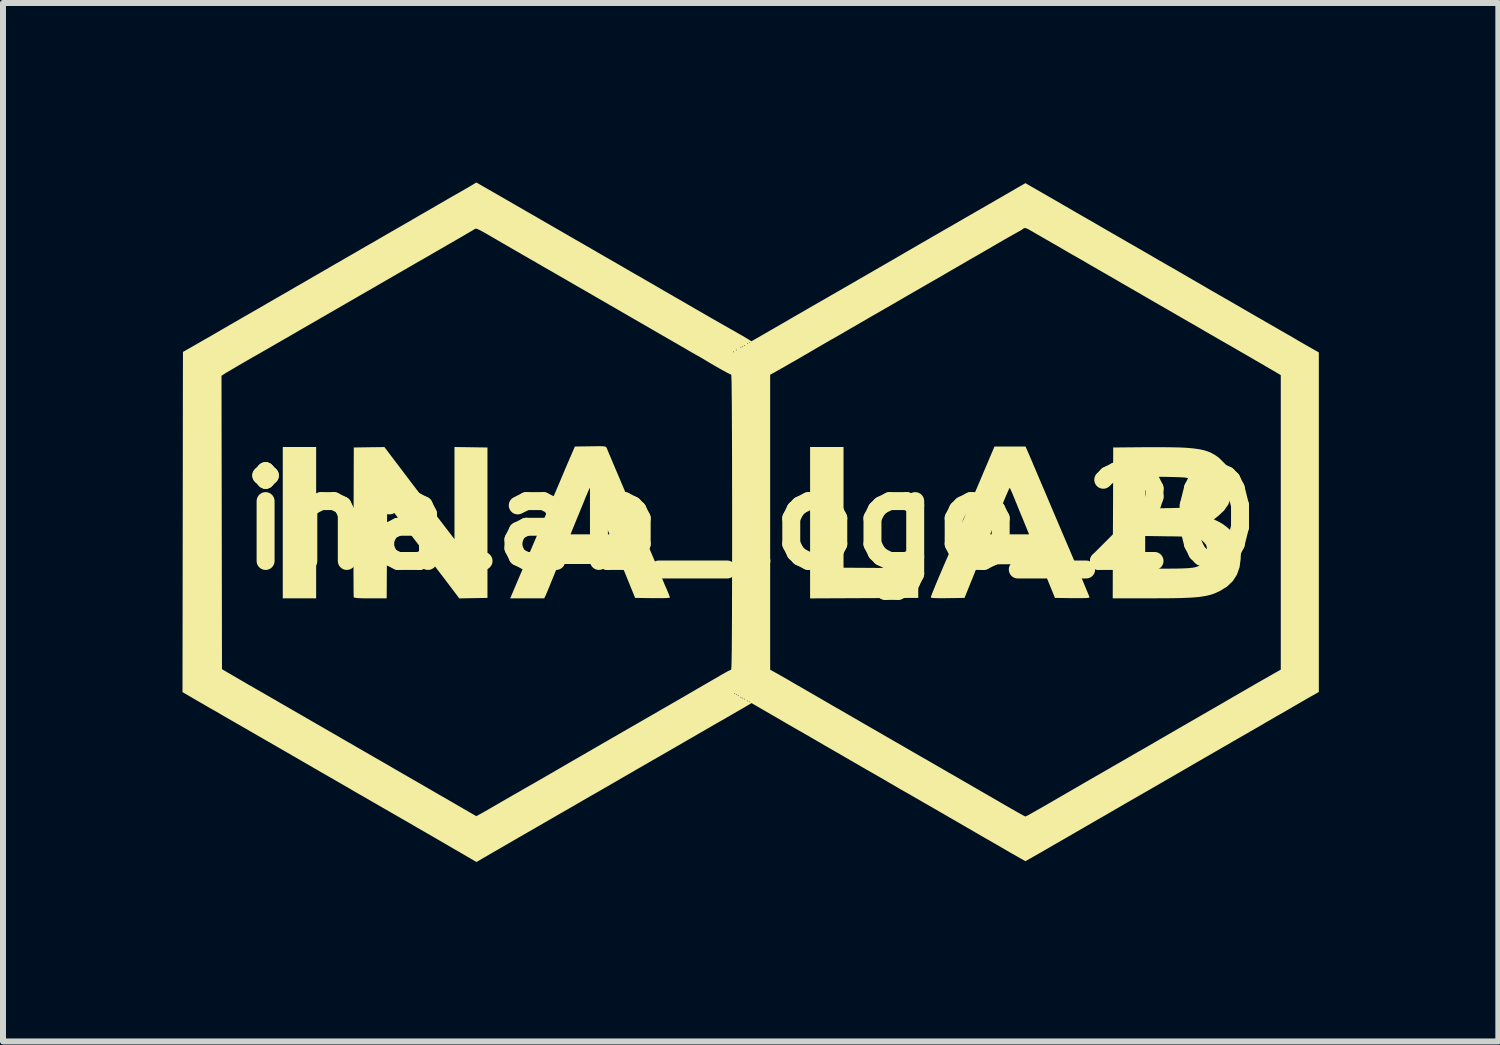
<source format=kicad_pcb>
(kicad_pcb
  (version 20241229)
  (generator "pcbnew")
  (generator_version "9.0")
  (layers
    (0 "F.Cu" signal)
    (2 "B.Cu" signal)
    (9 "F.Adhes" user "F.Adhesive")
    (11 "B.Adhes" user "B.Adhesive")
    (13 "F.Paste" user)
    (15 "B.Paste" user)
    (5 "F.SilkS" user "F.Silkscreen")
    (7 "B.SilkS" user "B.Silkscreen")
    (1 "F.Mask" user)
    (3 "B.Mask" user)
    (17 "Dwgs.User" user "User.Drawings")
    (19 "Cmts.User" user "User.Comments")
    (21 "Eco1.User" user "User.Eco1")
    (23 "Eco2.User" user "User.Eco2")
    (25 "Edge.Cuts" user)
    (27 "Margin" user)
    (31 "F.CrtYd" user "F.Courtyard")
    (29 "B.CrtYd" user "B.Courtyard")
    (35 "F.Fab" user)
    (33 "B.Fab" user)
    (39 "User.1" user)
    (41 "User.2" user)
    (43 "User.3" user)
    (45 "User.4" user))
  (footprint "inalab_logo_20"
    (layer "F.Cu")
    (at 9.496 5.647)
    (property "Reference" "inalab_logo_20" (at 0 0 0) (layer "F.SilkS") (effects (font (size 1.5 1.5) (thickness 0.3))))
    (attr board_only exclude_from_pos_files exclude_from_bom)
    (fp_poly (pts (xy -7.262 0.039) (xy -7.262 1.303) (xy -7.541 1.303) (xy -7.82 1.303) (xy -7.82 0.039) (xy -7.82 -1.226) (xy -7.541 -1.226) (xy -7.262 -1.226)) (stroke (width 0) (type solid)) (fill yes) (layer "F.SilkS"))
    (fp_poly (pts (xy 1.552 -0.217) (xy 1.552 0.791) (xy 2.176 0.795) (xy 2.801 0.799) (xy 2.801 1.047) (xy 2.801 1.296) (xy 1.897 1.3) (xy 0.993 1.304) (xy 0.993 0.039) (xy 0.993 -1.226) (xy 1.272 -1.226) (xy 1.552 -1.226)) (stroke (width 0) (type solid)) (fill yes) (layer "F.SilkS"))
    (fp_poly (pts (xy -4.674 -1.222) (xy -4.399 -1.218) (xy -4.399 0.039) (xy -4.399 1.296) (xy -4.634 1.3) (xy -4.87 1.304) (xy -5.002 1.129) (xy -5.134 0.955) (xy -5.277 0.768) (xy -5.423 0.576) (xy -5.565 0.39) (xy -5.686 0.232) (xy -5.752 0.145) (xy -5.819 0.056) (xy -5.883 -0.028) (xy -5.938 -0.1) (xy -5.972 -0.144) (xy -6.075 -0.281) (xy -6.079 0.511) (xy -6.083 1.303) (xy -6.355 1.303) (xy -6.46 1.303) (xy -6.537 1.301) (xy -6.59 1.297) (xy -6.621 1.292) (xy -6.634 1.285) (xy -6.634 1.284) (xy -6.635 1.266) (xy -6.636 1.219) (xy -6.637 1.146) (xy -6.637 1.049) (xy -6.638 0.93) (xy -6.638 0.792) (xy -6.638 0.638) (xy -6.638 0.469) (xy -6.638 0.287) (xy -6.637 0.097) (xy -6.637 0.023) (xy -6.633 -1.218) (xy -6.377 -1.222) (xy -6.121 -1.225) (xy -5.656 -0.611) (xy -5.559 -0.484) (xy -5.464 -0.359) (xy -5.374 -0.24) (xy -5.29 -0.129) (xy -5.215 -0.031) (xy -5.151 0.052) (xy -5.102 0.117) (xy -5.07 0.158) (xy -4.95 0.314) (xy -4.95 -0.456) (xy -4.95 -1.226)) (stroke (width 0) (type solid)) (fill yes) (layer "F.SilkS"))
    (fp_poly (pts (xy 4.632 -1.148) (xy 4.647 -1.114) (xy 4.672 -1.055) (xy 4.706 -0.975) (xy 4.747 -0.879) (xy 4.793 -0.77) (xy 4.843 -0.653) (xy 4.88 -0.566) (xy 4.954 -0.392) (xy 5.017 -0.243) (xy 5.072 -0.114) (xy 5.12 -0.002) (xy 5.162 0.098) (xy 5.201 0.189) (xy 5.238 0.275) (xy 5.274 0.36) (xy 5.312 0.449) (xy 5.353 0.545) (xy 5.399 0.653) (xy 5.451 0.775) (xy 5.453 0.78) (xy 5.502 0.896) (xy 5.548 1.003) (xy 5.587 1.098) (xy 5.62 1.178) (xy 5.645 1.238) (xy 5.66 1.276) (xy 5.663 1.288) (xy 5.648 1.294) (xy 5.603 1.298) (xy 5.53 1.3) (xy 5.429 1.3) (xy 5.375 1.3) (xy 5.086 1.296) (xy 4.994 1.071) (xy 4.96 0.988) (xy 4.928 0.911) (xy 4.902 0.846) (xy 4.882 0.8) (xy 4.877 0.787) (xy 4.852 0.729) (xy 4.324 0.733) (xy 3.797 0.737) (xy 3.777 0.791) (xy 3.764 0.825) (xy 3.742 0.88) (xy 3.714 0.951) (xy 3.681 1.031) (xy 3.665 1.071) (xy 3.574 1.296) (xy 3.292 1.3) (xy 3.186 1.301) (xy 3.108 1.3) (xy 3.055 1.298) (xy 3.023 1.294) (xy 3.011 1.287) (xy 3.01 1.285) (xy 3.016 1.267) (xy 3.032 1.224) (xy 3.057 1.162) (xy 3.088 1.085) (xy 3.124 0.999) (xy 3.163 0.907) (xy 3.203 0.813) (xy 3.241 0.724) (xy 3.277 0.643) (xy 3.3 0.59) (xy 3.326 0.532) (xy 3.349 0.477) (xy 3.36 0.45) (xy 3.367 0.432) (xy 3.375 0.41) (xy 3.386 0.383) (xy 3.401 0.347) (xy 3.422 0.298) (xy 3.45 0.234) (xy 3.45 0.233) (xy 4.004 0.233) (xy 4.328 0.233) (xy 4.653 0.233) (xy 4.553 -0.012) (xy 4.514 -0.106) (xy 4.474 -0.204) (xy 4.437 -0.295) (xy 4.406 -0.371) (xy 4.394 -0.4) (xy 4.369 -0.46) (xy 4.348 -0.508) (xy 4.333 -0.537) (xy 4.328 -0.543) (xy 4.32 -0.529) (xy 4.301 -0.487) (xy 4.271 -0.418) (xy 4.231 -0.323) (xy 4.181 -0.204) (xy 4.123 -0.061) (xy 4.055 0.105) (xy 4.033 0.159) (xy 4.004 0.233) (xy 3.45 0.233) (xy 3.486 0.15) (xy 3.531 0.044) (xy 3.58 -0.07) (xy 3.617 -0.156) (xy 3.662 -0.261) (xy 3.711 -0.376) (xy 3.76 -0.492) (xy 3.802 -0.59) (xy 3.846 -0.694) (xy 3.891 -0.801) (xy 3.935 -0.904) (xy 3.973 -0.994) (xy 4.002 -1.063) (xy 4.002 -1.063) (xy 4.075 -1.234) (xy 4.335 -1.234) (xy 4.594 -1.234)) (stroke (width 0) (type solid)) (fill yes) (layer "F.SilkS"))
    (fp_poly (pts (xy 6.997 -1.222) (xy 7.152 -1.219) (xy 7.283 -1.213) (xy 7.396 -1.203) (xy 7.491 -1.19) (xy 7.572 -1.173) (xy 7.643 -1.151) (xy 7.704 -1.124) (xy 7.761 -1.092) (xy 7.815 -1.054) (xy 7.832 -1.04) (xy 7.928 -0.945) (xy 7.996 -0.837) (xy 8.037 -0.714) (xy 8.051 -0.576) (xy 8.049 -0.51) (xy 8.028 -0.38) (xy 7.983 -0.266) (xy 7.913 -0.166) (xy 7.818 -0.077) (xy 7.741 -0.016) (xy 7.83 0.026) (xy 7.889 0.061) (xy 7.957 0.111) (xy 8.022 0.169) (xy 8.023 0.17) (xy 8.075 0.222) (xy 8.11 0.263) (xy 8.133 0.303) (xy 8.152 0.352) (xy 8.162 0.385) (xy 8.18 0.454) (xy 8.189 0.518) (xy 8.191 0.59) (xy 8.19 0.641) (xy 8.171 0.783) (xy 8.127 0.908) (xy 8.058 1.015) (xy 7.963 1.106) (xy 7.841 1.181) (xy 7.758 1.219) (xy 7.705 1.238) (xy 7.648 1.254) (xy 7.584 1.267) (xy 7.511 1.278) (xy 7.425 1.287) (xy 7.323 1.293) (xy 7.202 1.298) (xy 7.06 1.301) (xy 6.893 1.302) (xy 6.697 1.303) (xy 6.691 1.303) (xy 6.051 1.303) (xy 6.054 0.261) (xy 6.594 0.261) (xy 6.594 0.534) (xy 6.594 0.807) (xy 6.963 0.807) (xy 7.108 0.806) (xy 7.224 0.803) (xy 7.315 0.799) (xy 7.382 0.792) (xy 7.423 0.785) (xy 7.495 0.761) (xy 7.55 0.726) (xy 7.57 0.707) (xy 7.599 0.677) (xy 7.616 0.651) (xy 7.624 0.619) (xy 7.626 0.571) (xy 7.626 0.536) (xy 7.625 0.475) (xy 7.62 0.435) (xy 7.609 0.407) (xy 7.587 0.38) (xy 7.58 0.371) (xy 7.552 0.344) (xy 7.526 0.322) (xy 7.496 0.305) (xy 7.458 0.292) (xy 7.41 0.283) (xy 7.347 0.276) (xy 7.265 0.272) (xy 7.161 0.269) (xy 7.03 0.267) (xy 7.009 0.267) (xy 6.594 0.261) (xy 6.054 0.261) (xy 6.055 0.043) (xy 6.058 -0.732) (xy 6.594 -0.732) (xy 6.594 -0.465) (xy 6.594 -0.199) (xy 6.932 -0.204) (xy 7.043 -0.206) (xy 7.127 -0.208) (xy 7.191 -0.211) (xy 7.238 -0.215) (xy 7.273 -0.22) (xy 7.302 -0.228) (xy 7.329 -0.239) (xy 7.357 -0.252) (xy 7.427 -0.296) (xy 7.47 -0.35) (xy 7.491 -0.419) (xy 7.494 -0.476) (xy 7.482 -0.56) (xy 7.444 -0.626) (xy 7.38 -0.676) (xy 7.358 -0.688) (xy 7.332 -0.699) (xy 7.304 -0.707) (xy 7.27 -0.714) (xy 7.226 -0.718) (xy 7.167 -0.721) (xy 7.087 -0.724) (xy 6.983 -0.726) (xy 6.94 -0.727) (xy 6.594 -0.732) (xy 6.058 -0.732) (xy 6.059 -1.218) (xy 6.61 -1.223) (xy 6.818 -1.223)) (stroke (width 0) (type solid)) (fill yes) (layer "F.SilkS"))
    (fp_poly (pts (xy -2.468 -1.238) (xy -2.439 -1.235) (xy -2.421 -1.229) (xy -2.412 -1.22) (xy -2.406 -1.207) (xy -2.405 -1.207) (xy -2.394 -1.18) (xy -2.374 -1.131) (xy -2.346 -1.066) (xy -2.314 -0.99) (xy -2.299 -0.954) (xy -2.266 -0.876) (xy -2.224 -0.777) (xy -2.176 -0.664) (xy -2.125 -0.544) (xy -2.075 -0.425) (xy -2.049 -0.365) (xy -2.005 -0.259) (xy -1.962 -0.158) (xy -1.923 -0.067) (xy -1.89 0.009) (xy -1.866 0.066) (xy -1.854 0.093) (xy -1.839 0.128) (xy -1.813 0.187) (xy -1.779 0.267) (xy -1.738 0.363) (xy -1.692 0.471) (xy -1.643 0.587) (xy -1.612 0.659) (xy -1.563 0.777) (xy -1.515 0.889) (xy -1.472 0.99) (xy -1.436 1.077) (xy -1.406 1.145) (xy -1.386 1.192) (xy -1.379 1.208) (xy -1.362 1.251) (xy -1.351 1.282) (xy -1.35 1.29) (xy -1.365 1.294) (xy -1.406 1.298) (xy -1.47 1.3) (xy -1.551 1.3) (xy -1.64 1.3) (xy -1.931 1.296) (xy -2.029 1.055) (xy -2.063 0.972) (xy -2.094 0.895) (xy -2.12 0.832) (xy -2.137 0.788) (xy -2.144 0.772) (xy -2.16 0.729) (xy -2.683 0.729) (xy -3.207 0.729) (xy -3.227 0.772) (xy -3.24 0.802) (xy -3.262 0.854) (xy -3.289 0.921) (xy -3.32 0.997) (xy -3.328 1.016) (xy -3.359 1.093) (xy -3.388 1.164) (xy -3.412 1.22) (xy -3.427 1.256) (xy -3.43 1.261) (xy -3.45 1.303) (xy -3.734 1.303) (xy -4.019 1.303) (xy -3.998 1.253) (xy -3.984 1.221) (xy -3.961 1.167) (xy -3.932 1.098) (xy -3.898 1.018) (xy -3.881 0.978) (xy -3.845 0.894) (xy -3.811 0.815) (xy -3.783 0.747) (xy -3.762 0.697) (xy -3.755 0.683) (xy -3.734 0.632) (xy -3.706 0.567) (xy -3.679 0.504) (xy -3.662 0.465) (xy -3.635 0.401) (xy -3.598 0.315) (xy -3.563 0.233) (xy -3.01 0.233) (xy -2.685 0.233) (xy -2.36 0.233) (xy -2.445 0.027) (xy -2.485 -0.068) (xy -2.528 -0.175) (xy -2.57 -0.278) (xy -2.603 -0.361) (xy -2.632 -0.429) (xy -2.656 -0.486) (xy -2.675 -0.526) (xy -2.685 -0.543) (xy -2.686 -0.543) (xy -2.695 -0.53) (xy -2.712 -0.493) (xy -2.736 -0.439) (xy -2.759 -0.384) (xy -2.794 -0.296) (xy -2.835 -0.197) (xy -2.873 -0.103) (xy -2.887 -0.07) (xy -2.917 0.003) (xy -2.946 0.074) (xy -2.97 0.133) (xy -2.981 0.159) (xy -3.01 0.233) (xy -3.563 0.233) (xy -3.554 0.211) (xy -3.504 0.094) (xy -3.45 -0.034) (xy -3.392 -0.169) (xy -3.334 -0.307) (xy -3.275 -0.445) (xy -3.218 -0.578) (xy -3.165 -0.704) (xy -3.131 -0.784) (xy -3.095 -0.87) (xy -3.056 -0.961) (xy -3.02 -1.045) (xy -2.995 -1.102) (xy -2.938 -1.234) (xy -2.679 -1.238) (xy -2.584 -1.239) (xy -2.515 -1.24)) (stroke (width 0) (type solid)) (fill yes) (layer "F.SilkS"))
    (fp_poly (pts (xy -4.414 -5.549) (xy -4.349 -5.512) (xy -4.264 -5.463) (xy -4.165 -5.406) (xy -4.061 -5.346) (xy -3.957 -5.286) (xy -3.926 -5.268) (xy -3.82 -5.207) (xy -3.71 -5.143) (xy -3.601 -5.081) (xy -3.503 -5.024) (xy -3.422 -4.977) (xy -3.406 -4.968) (xy -3.319 -4.918) (xy -3.225 -4.864) (xy -3.137 -4.813) (xy -3.064 -4.771) (xy -3.057 -4.767) (xy -2.985 -4.725) (xy -2.897 -4.674) (xy -2.804 -4.621) (xy -2.717 -4.571) (xy -2.715 -4.57) (xy -2.629 -4.52) (xy -2.536 -4.466) (xy -2.448 -4.415) (xy -2.375 -4.373) (xy -2.374 -4.373) (xy -2.272 -4.314) (xy -2.17 -4.255) (xy -2.072 -4.198) (xy -1.984 -4.147) (xy -1.911 -4.105) (xy -1.859 -4.076) (xy -1.854 -4.073) (xy -1.814 -4.05) (xy -1.756 -4.016) (xy -1.689 -3.978) (xy -1.652 -3.956) (xy -1.591 -3.921) (xy -1.511 -3.874) (xy -1.419 -3.821) (xy -1.325 -3.767) (xy -1.265 -3.732) (xy -1.164 -3.674) (xy -1.047 -3.606) (xy -0.926 -3.536) (xy -0.811 -3.47) (xy -0.753 -3.436) (xy -0.652 -3.378) (xy -0.542 -3.315) (xy -0.433 -3.253) (xy -0.335 -3.197) (xy -0.279 -3.166) (xy -0.203 -3.122) (xy -0.134 -3.083) (xy -0.077 -3.049) (xy -0.039 -3.026) (xy -0.029 -3.02) (xy 0.013 -2.993) (xy 0.274 -3.143) (xy 0.374 -3.201) (xy 0.482 -3.263) (xy 0.589 -3.325) (xy 0.684 -3.38) (xy 0.737 -3.411) (xy 0.831 -3.465) (xy 0.937 -3.526) (xy 1.042 -3.587) (xy 1.133 -3.639) (xy 1.47 -3.833) (xy 1.791 -4.018) (xy 2.092 -4.192) (xy 2.371 -4.353) (xy 2.591 -4.481) (xy 2.709 -4.549) (xy 2.827 -4.618) (xy 2.942 -4.684) (xy 3.047 -4.745) (xy 3.138 -4.797) (xy 3.209 -4.838) (xy 3.227 -4.849) (xy 3.395 -4.945) (xy 3.573 -5.048) (xy 3.757 -5.154) (xy 3.938 -5.258) (xy 4.109 -5.357) (xy 4.263 -5.446) (xy 4.317 -5.477) (xy 4.592 -5.636) (xy 4.868 -5.477) (xy 4.967 -5.42) (xy 5.073 -5.359) (xy 5.175 -5.3) (xy 5.267 -5.247) (xy 5.33 -5.21) (xy 5.401 -5.169) (xy 5.491 -5.117) (xy 5.594 -5.058) (xy 5.702 -4.996) (xy 5.807 -4.935) (xy 5.831 -4.921) (xy 5.923 -4.868) (xy 6.007 -4.819) (xy 6.081 -4.777) (xy 6.139 -4.743) (xy 6.177 -4.722) (xy 6.188 -4.715) (xy 6.218 -4.698) (xy 6.267 -4.669) (xy 6.33 -4.633) (xy 6.393 -4.597) (xy 6.475 -4.55) (xy 6.565 -4.498) (xy 6.65 -4.449) (xy 6.695 -4.423) (xy 6.762 -4.384) (xy 6.825 -4.347) (xy 6.877 -4.318) (xy 6.897 -4.306) (xy 6.952 -4.274) (xy 7.031 -4.229) (xy 7.129 -4.173) (xy 7.242 -4.107) (xy 7.368 -4.034) (xy 7.503 -3.956) (xy 7.642 -3.875) (xy 7.688 -3.848) (xy 7.755 -3.81) (xy 7.818 -3.773) (xy 7.87 -3.744) (xy 7.89 -3.732) (xy 7.929 -3.71) (xy 7.987 -3.677) (xy 8.054 -3.638) (xy 8.107 -3.607) (xy 8.196 -3.556) (xy 8.304 -3.493) (xy 8.425 -3.423) (xy 8.552 -3.35) (xy 8.678 -3.278) (xy 8.759 -3.231) (xy 8.818 -3.197) (xy 8.876 -3.163) (xy 8.914 -3.142) (xy 8.955 -3.118) (xy 9.013 -3.085) (xy 9.079 -3.047) (xy 9.116 -3.025) (xy 9.192 -2.98) (xy 9.276 -2.932) (xy 9.352 -2.889) (xy 9.376 -2.875) (xy 9.496 -2.807) (xy 9.496 0.03) (xy 9.496 2.868) (xy 9.407 2.919) (xy 9.355 2.948) (xy 9.311 2.973) (xy 9.286 2.987) (xy 9.261 3.002) (xy 9.215 3.028) (xy 9.157 3.062) (xy 9.1 3.095) (xy 9.018 3.143) (xy 8.923 3.198) (xy 8.83 3.251) (xy 8.782 3.278) (xy 8.714 3.318) (xy 8.651 3.354) (xy 8.601 3.383) (xy 8.573 3.4) (xy 8.53 3.425) (xy 8.478 3.455) (xy 8.456 3.468) (xy 8.405 3.497) (xy 8.356 3.525) (xy 8.34 3.534) (xy 8.309 3.553) (xy 8.257 3.582) (xy 8.193 3.619) (xy 8.123 3.659) (xy 8.123 3.66) (xy 8.038 3.708) (xy 7.946 3.762) (xy 7.858 3.812) (xy 7.805 3.843) (xy 7.737 3.882) (xy 7.672 3.92) (xy 7.619 3.95) (xy 7.595 3.964) (xy 7.564 3.982) (xy 7.51 4.013) (xy 7.439 4.054) (xy 7.357 4.102) (xy 7.267 4.154) (xy 7.231 4.175) (xy 7.056 4.276) (xy 6.907 4.362) (xy 6.785 4.433) (xy 6.689 4.488) (xy 6.618 4.529) (xy 6.598 4.54) (xy 6.547 4.57) (xy 6.475 4.611) (xy 6.39 4.66) (xy 6.296 4.714) (xy 6.201 4.769) (xy 6.111 4.821) (xy 6.094 4.831) (xy 6.016 4.876) (xy 5.925 4.929) (xy 5.836 4.98) (xy 5.795 5.004) (xy 5.728 5.042) (xy 5.667 5.078) (xy 5.618 5.106) (xy 5.594 5.12) (xy 5.561 5.139) (xy 5.509 5.169) (xy 5.446 5.205) (xy 5.4 5.232) (xy 5.319 5.279) (xy 5.227 5.332) (xy 5.137 5.384) (xy 5.097 5.407) (xy 5.017 5.453) (xy 4.924 5.507) (xy 4.83 5.561) (xy 4.767 5.597) (xy 4.593 5.696) (xy 4.465 5.624) (xy 4.403 5.588) (xy 4.345 5.556) (xy 4.302 5.531) (xy 4.29 5.524) (xy 4.258 5.505) (xy 4.206 5.475) (xy 4.143 5.438) (xy 4.092 5.409) (xy 4.009 5.361) (xy 3.914 5.307) (xy 3.824 5.255) (xy 3.79 5.235) (xy 3.724 5.197) (xy 3.663 5.161) (xy 3.615 5.134) (xy 3.592 5.12) (xy 3.555 5.099) (xy 3.502 5.068) (xy 3.445 5.035) (xy 3.445 5.035) (xy 3.388 5.002) (xy 3.335 4.972) (xy 3.298 4.95) (xy 3.297 4.95) (xy 3.265 4.931) (xy 3.213 4.901) (xy 3.15 4.865) (xy 3.099 4.835) (xy 3.016 4.787) (xy 2.921 4.733) (xy 2.831 4.681) (xy 2.797 4.661) (xy 2.728 4.622) (xy 2.663 4.584) (xy 2.61 4.554) (xy 2.583 4.539) (xy 2.543 4.516) (xy 2.485 4.483) (xy 2.419 4.444) (xy 2.382 4.422) (xy 2.307 4.379) (xy 2.219 4.327) (xy 2.13 4.276) (xy 2.079 4.247) (xy 2.011 4.208) (xy 1.948 4.172) (xy 1.898 4.143) (xy 1.87 4.127) (xy 1.837 4.108) (xy 1.786 4.078) (xy 1.723 4.042) (xy 1.668 4.01) (xy 1.523 3.926) (xy 1.4 3.855) (xy 1.294 3.794) (xy 1.202 3.741) (xy 1.118 3.692) (xy 1.094 3.678) (xy 1.027 3.639) (xy 0.964 3.602) (xy 0.912 3.573) (xy 0.892 3.561) (xy 0.842 3.532) (xy 0.769 3.491) (xy 0.68 3.44) (xy 0.58 3.382) (xy 0.474 3.32) (xy 0.367 3.258) (xy 0.264 3.199) (xy 0.17 3.144) (xy 0.128 3.12) (xy 0.015 3.054) (xy -0.043 3.088) (xy -0.073 3.106) (xy -0.125 3.137) (xy -0.195 3.177) (xy -0.278 3.225) (xy -0.368 3.277) (xy -0.411 3.302) (xy -0.511 3.359) (xy -0.612 3.417) (xy -0.707 3.472) (xy -0.79 3.52) (xy -0.855 3.557) (xy -0.869 3.565) (xy -0.916 3.593) (xy -0.968 3.623) (xy -1.029 3.658) (xy -1.101 3.699) (xy -1.186 3.749) (xy -1.289 3.808) (xy -1.41 3.878) (xy -1.554 3.961) (xy -1.668 4.026) (xy -1.734 4.065) (xy -1.818 4.113) (xy -1.909 4.165) (xy -1.997 4.217) (xy -2.017 4.228) (xy -2.104 4.278) (xy -2.195 4.331) (xy -2.281 4.381) (xy -2.353 4.422) (xy -2.366 4.43) (xy -2.426 4.464) (xy -2.505 4.51) (xy -2.596 4.562) (xy -2.692 4.617) (xy -2.77 4.662) (xy -2.837 4.701) (xy -2.927 4.753) (xy -3.036 4.816) (xy -3.16 4.887) (xy -3.295 4.965) (xy -3.438 5.048) (xy -3.584 5.132) (xy -3.73 5.216) (xy -3.732 5.217) (xy -3.869 5.296) (xy -4 5.372) (xy -4.122 5.443) (xy -4.233 5.507) (xy -4.329 5.562) (xy -4.407 5.608) (xy -4.465 5.641) (xy -4.5 5.662) (xy -4.505 5.665) (xy -4.546 5.689) (xy -4.574 5.705) (xy -4.582 5.709) (xy -4.596 5.702) (xy -4.63 5.682) (xy -4.677 5.655) (xy -4.686 5.649) (xy -4.73 5.624) (xy -4.795 5.586) (xy -4.875 5.539) (xy -4.966 5.487) (xy -5.06 5.432) (xy -5.089 5.415) (xy -5.193 5.355) (xy -5.303 5.291) (xy -5.41 5.229) (xy -5.508 5.173) (xy -5.588 5.127) (xy -5.594 5.123) (xy -5.693 5.065) (xy -5.789 5.01) (xy -5.885 4.955) (xy -5.989 4.895) (xy -6.107 4.827) (xy -6.244 4.748) (xy -6.276 4.73) (xy -6.369 4.676) (xy -6.476 4.614) (xy -6.585 4.552) (xy -6.681 4.496) (xy -6.687 4.492) (xy -6.817 4.417) (xy -6.923 4.356) (xy -7.009 4.306) (xy -7.079 4.266) (xy -7.135 4.234) (xy -7.145 4.228) (xy -7.186 4.205) (xy -7.244 4.171) (xy -7.31 4.133) (xy -7.347 4.111) (xy -7.392 4.085) (xy -7.448 4.053) (xy -7.516 4.014) (xy -7.598 3.966) (xy -7.695 3.91) (xy -7.808 3.845) (xy -7.941 3.768) (xy -8.093 3.681) (xy -8.266 3.581) (xy -8.463 3.467) (xy -8.685 3.34) (xy -8.798 3.275) (xy -8.926 3.2) (xy -9.048 3.131) (xy -9.159 3.066) (xy -9.257 3.01) (xy -9.339 2.962) (xy -9.402 2.925) (xy -9.444 2.901) (xy -9.461 2.891) (xy -9.496 2.87) (xy -9.492 0.027) (xy -9.489 -2.417) (xy -8.844 -2.417) (xy -8.84 0.035) (xy -8.836 2.487) (xy -8.65 2.596) (xy -8.566 2.645) (xy -8.476 2.697) (xy -8.391 2.747) (xy -8.324 2.785) (xy -8.269 2.817) (xy -8.193 2.86) (xy -8.103 2.912) (xy -8.004 2.969) (xy -7.903 3.027) (xy -7.867 3.049) (xy -7.756 3.112) (xy -7.636 3.182) (xy -7.514 3.252) (xy -7.4 3.318) (xy -7.303 3.374) (xy -7.293 3.38) (xy -7.145 3.465) (xy -7.019 3.538) (xy -6.912 3.599) (xy -6.82 3.653) (xy -6.737 3.701) (xy -6.659 3.745) (xy -6.598 3.781) (xy -6.525 3.823) (xy -6.435 3.875) (xy -6.341 3.929) (xy -6.254 3.98) (xy -6.253 3.98) (xy -6.166 4.03) (xy -6.072 4.084) (xy -5.983 4.136) (xy -5.909 4.179) (xy -5.908 4.179) (xy -5.824 4.228) (xy -5.73 4.282) (xy -5.64 4.334) (xy -5.605 4.354) (xy -5.539 4.392) (xy -5.478 4.427) (xy -5.43 4.455) (xy -5.407 4.468) (xy -5.375 4.487) (xy -5.323 4.517) (xy -5.26 4.554) (xy -5.206 4.585) (xy -5.061 4.668) (xy -4.899 4.762) (xy -4.725 4.863) (xy -4.67 4.895) (xy -4.585 4.944) (xy -4.5 4.897) (xy -4.457 4.873) (xy -4.394 4.837) (xy -4.318 4.793) (xy -4.235 4.745) (xy -4.182 4.714) (xy -4.084 4.658) (xy -3.977 4.596) (xy -3.87 4.535) (xy -3.775 4.48) (xy -3.747 4.464) (xy -3.67 4.42) (xy -3.573 4.365) (xy -3.466 4.303) (xy -3.357 4.24) (xy -3.252 4.179) (xy -3.243 4.174) (xy -3.007 4.037) (xy -2.794 3.914) (xy -2.599 3.801) (xy -2.417 3.696) (xy -2.245 3.597) (xy -2.077 3.5) (xy -1.91 3.404) (xy -1.739 3.305) (xy -1.59 3.22) (xy -1.481 3.156) (xy -1.369 3.092) (xy -1.267 3.033) (xy -0.031 3.033) (xy -0.023 3.041) (xy -0.016 3.033) (xy -0.023 3.026) (xy -0.031 3.033) (xy -1.267 3.033) (xy -1.26 3.029) (xy -1.24 3.018) (xy -0.062 3.018) (xy -0.054 3.026) (xy -0.047 3.018) (xy -0.054 3.01) (xy -0.062 3.018) (xy -1.24 3.018) (xy -1.187 2.987) (xy -0.109 2.987) (xy -0.101 2.995) (xy -0.093 2.987) (xy -0.101 2.979) (xy -0.109 2.987) (xy -1.187 2.987) (xy -1.162 2.972) (xy -1.16 2.971) (xy -0.14 2.971) (xy -0.132 2.979) (xy -0.124 2.971) (xy -0.132 2.964) (xy -0.14 2.971) (xy -1.16 2.971) (xy -1.133 2.956) (xy -0.171 2.956) (xy -0.163 2.964) (xy -0.155 2.956) (xy -0.163 2.948) (xy -0.171 2.956) (xy -1.133 2.956) (xy -1.08 2.925) (xy -1.08 2.925) (xy -0.217 2.925) (xy -0.209 2.933) (xy -0.202 2.925) (xy -0.209 2.917) (xy -0.217 2.925) (xy -1.08 2.925) (xy -1.053 2.909) (xy -0.248 2.909) (xy -0.241 2.917) (xy -0.233 2.909) (xy -0.241 2.902) (xy -0.248 2.909) (xy -1.053 2.909) (xy -1.032 2.897) (xy -1.027 2.894) (xy -0.279 2.894) (xy -0.272 2.902) (xy -0.264 2.894) (xy -0.272 2.886) (xy -0.279 2.894) (xy -1.027 2.894) (xy -0.948 2.848) (xy -0.857 2.795) (xy -0.772 2.746) (xy -0.706 2.708) (xy -0.631 2.664) (xy -0.551 2.618) (xy -0.48 2.576) (xy -0.456 2.563) (xy -0.403 2.533) (xy -0.359 2.51) (xy -0.332 2.499) (xy -0.328 2.498) (xy -0.327 2.496) (xy 0.326 2.496) (xy 0.407 2.541) (xy 0.451 2.565) (xy 0.513 2.601) (xy 0.588 2.643) (xy 0.667 2.689) (xy 0.69 2.703) (xy 0.785 2.758) (xy 0.894 2.82) (xy 1.002 2.883) (xy 1.094 2.936) (xy 1.182 2.987) (xy 1.277 3.042) (xy 1.368 3.095) (xy 1.444 3.139) (xy 1.451 3.142) (xy 1.525 3.185) (xy 1.615 3.237) (xy 1.71 3.292) (xy 1.8 3.344) (xy 1.808 3.349) (xy 1.886 3.394) (xy 1.983 3.45) (xy 2.091 3.512) (xy 2.2 3.575) (xy 2.303 3.635) (xy 2.304 3.635) (xy 2.439 3.713) (xy 2.566 3.786) (xy 2.69 3.858) (xy 2.817 3.931) (xy 2.953 4.009) (xy 3.104 4.096) (xy 3.275 4.195) (xy 3.297 4.208) (xy 3.403 4.268) (xy 3.514 4.333) (xy 3.624 4.396) (xy 3.724 4.454) (xy 3.807 4.502) (xy 3.817 4.508) (xy 3.993 4.609) (xy 4.143 4.696) (xy 4.269 4.769) (xy 4.372 4.828) (xy 4.454 4.875) (xy 4.515 4.909) (xy 4.558 4.933) (xy 4.583 4.946) (xy 4.591 4.949) (xy 4.609 4.942) (xy 4.644 4.924) (xy 4.678 4.905) (xy 4.93 4.762) (xy 5.128 4.647) (xy 5.168 4.624) (xy 5.232 4.587) (xy 5.316 4.538) (xy 5.419 4.479) (xy 5.536 4.411) (xy 5.665 4.336) (xy 5.803 4.257) (xy 5.947 4.174) (xy 6.028 4.127) (xy 6.174 4.043) (xy 6.315 3.962) (xy 6.449 3.884) (xy 6.574 3.813) (xy 6.685 3.749) (xy 6.78 3.694) (xy 6.855 3.65) (xy 6.909 3.619) (xy 6.928 3.608) (xy 7.154 3.477) (xy 7.369 3.353) (xy 7.572 3.236) (xy 7.688 3.169) (xy 7.782 3.115) (xy 7.858 3.071) (xy 7.92 3.035) (xy 7.973 3.004) (xy 8.021 2.976) (xy 8.069 2.948) (xy 8.122 2.918) (xy 8.169 2.89) (xy 8.248 2.845) (xy 8.344 2.789) (xy 8.448 2.729) (xy 8.551 2.67) (xy 8.608 2.638) (xy 8.86 2.494) (xy 8.86 0.033) (xy 8.86 -2.428) (xy 8.817 -2.453) (xy 8.788 -2.47) (xy 8.739 -2.499) (xy 8.675 -2.536) (xy 8.604 -2.577) (xy 8.588 -2.587) (xy 8.518 -2.628) (xy 8.427 -2.68) (xy 8.325 -2.74) (xy 8.217 -2.802) (xy 8.111 -2.863) (xy 8.084 -2.879) (xy 7.983 -2.937) (xy 7.882 -2.995) (xy 7.786 -3.05) (xy 7.702 -3.099) (xy 7.636 -3.137) (xy 7.618 -3.147) (xy 7.536 -3.195) (xy 7.443 -3.249) (xy 7.354 -3.3) (xy 7.324 -3.317) (xy 7.258 -3.355) (xy 7.198 -3.39) (xy 7.151 -3.417) (xy 7.13 -3.429) (xy 7.097 -3.448) (xy 7.046 -3.478) (xy 6.983 -3.514) (xy 6.928 -3.546) (xy 6.846 -3.593) (xy 6.754 -3.646) (xy 6.667 -3.696) (xy 6.629 -3.718) (xy 6.55 -3.764) (xy 6.459 -3.817) (xy 6.37 -3.868) (xy 6.334 -3.889) (xy 6.268 -3.927) (xy 6.207 -3.962) (xy 6.159 -3.99) (xy 6.137 -4.003) (xy 6.104 -4.022) (xy 6.053 -4.052) (xy 5.99 -4.088) (xy 5.935 -4.12) (xy 5.852 -4.167) (xy 5.759 -4.221) (xy 5.67 -4.272) (xy 5.632 -4.294) (xy 5.565 -4.334) (xy 5.5 -4.371) (xy 5.447 -4.401) (xy 5.423 -4.415) (xy 5.382 -4.438) (xy 5.324 -4.471) (xy 5.259 -4.509) (xy 5.221 -4.531) (xy 5.145 -4.576) (xy 5.055 -4.627) (xy 4.967 -4.678) (xy 4.926 -4.701) (xy 4.854 -4.743) (xy 4.782 -4.784) (xy 4.721 -4.82) (xy 4.689 -4.838) (xy 4.633 -4.87) (xy 4.595 -4.885) (xy 4.57 -4.884) (xy 4.553 -4.873) (xy 4.532 -4.858) (xy 4.493 -4.835) (xy 4.469 -4.821) (xy 4.427 -4.798) (xy 4.365 -4.763) (xy 4.291 -4.721) (xy 4.21 -4.675) (xy 4.131 -4.629) (xy 4.06 -4.588) (xy 4.042 -4.577) (xy 4.01 -4.558) (xy 3.958 -4.528) (xy 3.895 -4.492) (xy 3.84 -4.46) (xy 3.755 -4.411) (xy 3.664 -4.359) (xy 3.563 -4.3) (xy 3.447 -4.233) (xy 3.31 -4.154) (xy 3.254 -4.121) (xy 3.189 -4.083) (xy 3.127 -4.047) (xy 3.078 -4.019) (xy 3.06 -4.009) (xy 3.011 -3.981) (xy 2.94 -3.94) (xy 2.855 -3.891) (xy 2.761 -3.837) (xy 2.664 -3.781) (xy 2.569 -3.726) (xy 2.552 -3.716) (xy 2.449 -3.656) (xy 2.345 -3.596) (xy 2.247 -3.54) (xy 2.16 -3.489) (xy 2.089 -3.449) (xy 2.04 -3.421) (xy 2 -3.398) (xy 1.942 -3.364) (xy 1.876 -3.326) (xy 1.839 -3.304) (xy 1.714 -3.232) (xy 1.6 -3.166) (xy 1.501 -3.108) (xy 1.42 -3.062) (xy 1.361 -3.028) (xy 1.342 -3.018) (xy 1.308 -2.998) (xy 1.253 -2.967) (xy 1.183 -2.926) (xy 1.105 -2.881) (xy 1.047 -2.847) (xy 0.969 -2.801) (xy 0.898 -2.76) (xy 0.84 -2.726) (xy 0.799 -2.702) (xy 0.784 -2.693) (xy 0.759 -2.679) (xy 0.713 -2.653) (xy 0.653 -2.619) (xy 0.585 -2.58) (xy 0.578 -2.575) (xy 0.508 -2.536) (xy 0.445 -2.5) (xy 0.396 -2.472) (xy 0.366 -2.455) (xy 0.364 -2.455) (xy 0.326 -2.434) (xy 0.326 0.031) (xy 0.326 2.496) (xy -0.327 2.496) (xy -0.326 2.49) (xy -0.323 2.466) (xy -0.321 2.423) (xy -0.319 2.363) (xy -0.318 2.282) (xy -0.316 2.181) (xy -0.315 2.059) (xy -0.314 1.914) (xy -0.313 1.745) (xy -0.312 1.552) (xy -0.312 1.333) (xy -0.311 1.087) (xy -0.311 0.814) (xy -0.31 0.512) (xy -0.31 0.181) (xy -0.31 0.031) (xy -0.31 -0.345) (xy -0.311 -0.689) (xy -0.311 -1.003) (xy -0.312 -1.286) (xy -0.313 -1.538) (xy -0.314 -1.758) (xy -0.315 -1.948) (xy -0.317 -2.106) (xy -0.318 -2.234) (xy -0.32 -2.33) (xy -0.322 -2.396) (xy -0.324 -2.43) (xy -0.326 -2.436) (xy -0.345 -2.444) (xy -0.387 -2.464) (xy -0.445 -2.496) (xy -0.516 -2.535) (xy -0.594 -2.58) (xy -0.675 -2.627) (xy -0.755 -2.675) (xy -0.766 -2.682) (xy -0.816 -2.712) (xy -0.854 -2.734) (xy -0.875 -2.746) (xy -0.876 -2.746) (xy -0.89 -2.754) (xy -0.926 -2.774) (xy -0.979 -2.804) (xy -1 -2.816) (xy -0.295 -2.816) (xy -0.287 -2.808) (xy -0.279 -2.816) (xy -0.287 -2.824) (xy -0.295 -2.816) (xy -1 -2.816) (xy -1.043 -2.841) (xy -1.053 -2.847) (xy -0.248 -2.847) (xy -0.241 -2.839) (xy -0.233 -2.847) (xy -0.241 -2.855) (xy -0.248 -2.847) (xy -1.053 -2.847) (xy -1.057 -2.849) (xy -1.131 -2.893) (xy -1.133 -2.894) (xy -0.171 -2.894) (xy -0.163 -2.886) (xy -0.155 -2.894) (xy -0.163 -2.902) (xy -0.171 -2.894) (xy -1.133 -2.894) (xy -1.16 -2.909) (xy -0.14 -2.909) (xy -0.132 -2.902) (xy -0.124 -2.909) (xy -0.132 -2.917) (xy -0.14 -2.909) (xy -1.16 -2.909) (xy -1.187 -2.925) (xy -0.109 -2.925) (xy -0.101 -2.917) (xy -0.093 -2.925) (xy -0.101 -2.933) (xy -0.109 -2.925) (xy -1.187 -2.925) (xy -1.224 -2.946) (xy -1.24 -2.956) (xy -0.062 -2.956) (xy -0.054 -2.948) (xy -0.047 -2.956) (xy -0.054 -2.964) (xy -0.062 -2.956) (xy -1.24 -2.956) (xy -1.267 -2.971) (xy -0.031 -2.971) (xy -0.023 -2.964) (xy -0.016 -2.971) (xy -0.023 -2.979) (xy -0.031 -2.971) (xy -1.267 -2.971) (xy -1.325 -3.005) (xy -1.427 -3.063) (xy -1.49 -3.1) (xy -1.596 -3.161) (xy -1.706 -3.225) (xy -1.824 -3.293) (xy -1.953 -3.367) (xy -2.096 -3.45) (xy -2.257 -3.543) (xy -2.439 -3.648) (xy -2.607 -3.745) (xy -2.755 -3.831) (xy -2.884 -3.905) (xy -3 -3.972) (xy -3.11 -4.036) (xy -3.222 -4.1) (xy -3.341 -4.169) (xy -3.398 -4.201) (xy -3.464 -4.239) (xy -3.524 -4.274) (xy -3.571 -4.301) (xy -3.592 -4.314) (xy -3.625 -4.333) (xy -3.677 -4.362) (xy -3.739 -4.398) (xy -3.786 -4.425) (xy -3.855 -4.465) (xy -3.942 -4.515) (xy -4.035 -4.569) (xy -4.125 -4.621) (xy -4.143 -4.631) (xy -4.263 -4.701) (xy -4.359 -4.757) (xy -4.434 -4.8) (xy -4.491 -4.832) (xy -4.533 -4.854) (xy -4.562 -4.867) (xy -4.582 -4.874) (xy -4.595 -4.875) (xy -4.605 -4.873) (xy -4.614 -4.867) (xy -4.616 -4.866) (xy -4.639 -4.852) (xy -4.684 -4.825) (xy -4.746 -4.789) (xy -4.821 -4.745) (xy -4.904 -4.697) (xy -4.911 -4.693) (xy -4.999 -4.642) (xy -5.084 -4.593) (xy -5.16 -4.549) (xy -5.221 -4.514) (xy -5.26 -4.492) (xy -5.311 -4.462) (xy -5.378 -4.423) (xy -5.451 -4.381) (xy -5.493 -4.357) (xy -5.562 -4.318) (xy -5.657 -4.263) (xy -5.778 -4.193) (xy -5.925 -4.108) (xy -6.1 -4.007) (xy -6.3 -3.891) (xy -6.528 -3.76) (xy -6.734 -3.641) (xy -6.867 -3.564) (xy -7.011 -3.481) (xy -7.162 -3.394) (xy -7.314 -3.306) (xy -7.464 -3.22) (xy -7.605 -3.138) (xy -7.733 -3.064) (xy -7.844 -3) (xy -7.921 -2.956) (xy -7.976 -2.924) (xy -8.052 -2.88) (xy -8.143 -2.828) (xy -8.242 -2.771) (xy -8.343 -2.714) (xy -8.379 -2.693) (xy -8.474 -2.638) (xy -8.564 -2.586) (xy -8.644 -2.539) (xy -8.71 -2.5) (xy -8.756 -2.473) (xy -8.771 -2.464) (xy -8.844 -2.417) (xy -9.489 -2.417) (xy -9.488 -2.815) (xy -9.294 -2.926) (xy -9.207 -2.976) (xy -9.113 -3.03) (xy -9.023 -3.081) (xy -8.949 -3.124) (xy -8.949 -3.124) (xy -8.822 -3.198) (xy -8.717 -3.259) (xy -8.63 -3.309) (xy -8.557 -3.351) (xy -8.494 -3.388) (xy -8.436 -3.421) (xy -8.378 -3.454) (xy -8.318 -3.489) (xy -8.301 -3.498) (xy -8.232 -3.538) (xy -8.142 -3.59) (xy -8.039 -3.65) (xy -7.928 -3.714) (xy -7.817 -3.778) (xy -7.75 -3.816) (xy -7.646 -3.877) (xy -7.542 -3.937) (xy -7.444 -3.993) (xy -7.358 -4.043) (xy -7.29 -4.083) (xy -7.254 -4.103) (xy -7.194 -4.138) (xy -7.114 -4.184) (xy -7.023 -4.237) (xy -6.928 -4.292) (xy -6.854 -4.334) (xy -6.748 -4.396) (xy -6.626 -4.466) (xy -6.502 -4.538) (xy -6.386 -4.605) (xy -6.334 -4.634) (xy -6.105 -4.767) (xy -5.895 -4.888) (xy -5.707 -4.996) (xy -5.543 -5.092) (xy -5.402 -5.173) (xy -5.287 -5.239) (xy -5.283 -5.242) (xy -5.196 -5.292) (xy -5.103 -5.346) (xy -5.015 -5.397) (xy -4.942 -5.439) (xy -4.934 -5.443) (xy -4.848 -5.492) (xy -4.784 -5.529) (xy -4.736 -5.557) (xy -4.698 -5.579) (xy -4.665 -5.599) (xy -4.639 -5.614) (xy -4.584 -5.647)) (stroke (width 0) (type solid)) (fill yes) (layer "F.SilkS")))
  (gr_rect
    (start -3 -3)
    (end 21.992 14.356)
    (stroke (width 0.1) (type default))
    (fill no)
    (layer "Edge.Cuts")))
</source>
